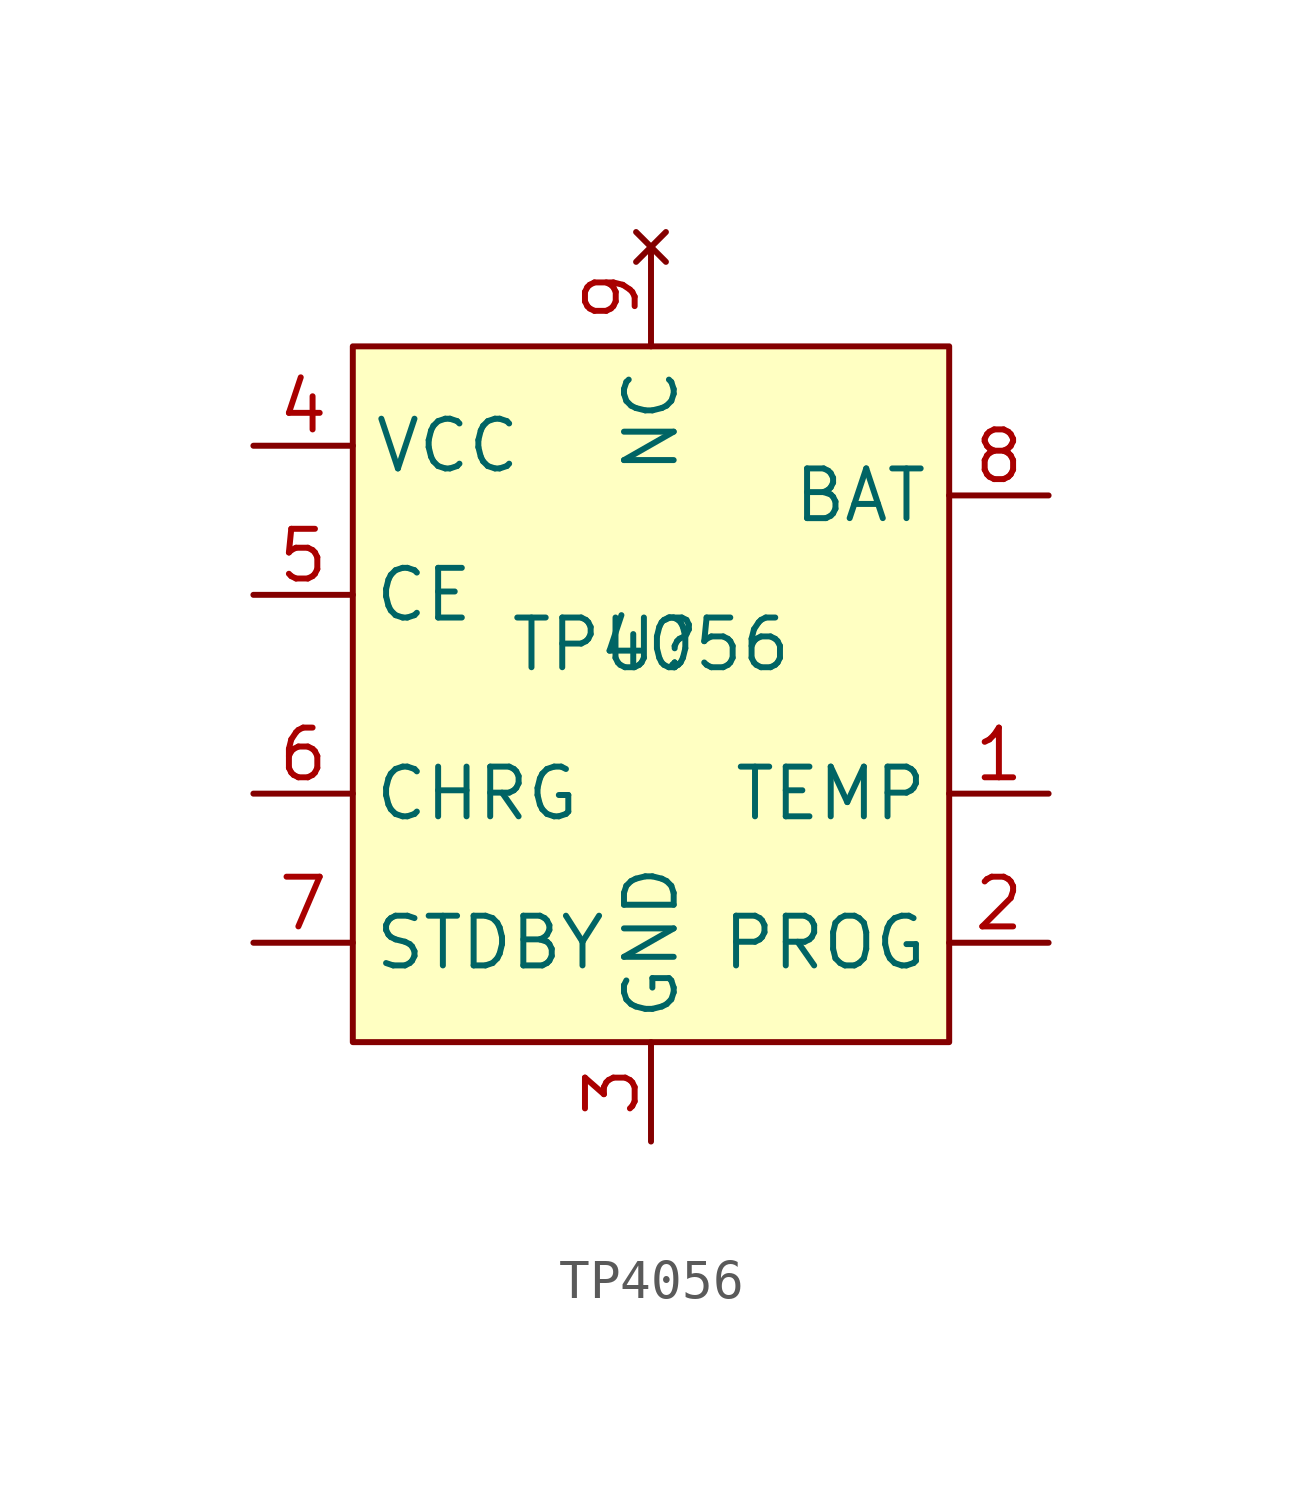
<source format=kicad_sym>
(kicad_symbol_lib
  (version 20241209)
  (generator "kicad_symbol_editor")
  (generator_version "9.0")
  (symbol "TP4056"
    (property "Reference" "U"
      (at 0 0 0)
      (effects (font (size 1.27 1.27))))
    (property "Value" "TP4056"
      (at 0 0 0)
      (effects (font (size 1.27 1.27))))
    (symbol "TP4056_1_0"
      (pin passive line (at -10.16 -3.81 0) (length 2.54) (name "CHRG" (effects (font (size 1.27 1.27)))) (number "6" (effects (font (size 1.27 1.27)))))
      (pin passive line (at -10.16 -7.62 0) (length 2.54) (name "STDBY" (effects (font (size 1.27 1.27)))) (number "7" (effects (font (size 1.27 1.27)))))
      (pin no_connect line (at 0 10.16 270) (length 2.54) (name "NC" (effects (font (size 1.27 1.27)))) (number "9" (effects (font (size 1.27 1.27)))))
      (pin passive line (at 10.16 3.81 180) (length 2.54) (name "BAT" (effects (font (size 1.27 1.27)))) (number "8" (effects (font (size 1.27 1.27))))))
    (symbol "TP4056_1_1"
      (rectangle (start -7.62 7.62) (end 7.62 -10.16) (stroke (width 0) (type default)) (fill (type background)))
      (pin passive line (at -10.16 5.08 0) (length 2.54) (name "VCC" (effects (font (size 1.27 1.27)))) (number "4" (effects (font (size 1.27 1.27)))))
      (pin passive line (at -10.16 1.27 0) (length 2.54) (name "CE" (effects (font (size 1.27 1.27)))) (number "5" (effects (font (size 1.27 1.27)))))
      (pin passive line (at 0 -12.7 90) (length 2.54) (name "GND" (effects (font (size 1.27 1.27)))) (number "3" (effects (font (size 1.27 1.27)))))
      (pin passive line (at 10.16 -3.81 180) (length 2.54) (name "TEMP" (effects (font (size 1.27 1.27)))) (number "1" (effects (font (size 1.27 1.27)))))
      (pin passive line (at 10.16 -7.62 180) (length 2.54) (name "PROG" (effects (font (size 1.27 1.27)))) (number "2" (effects (font (size 1.27 1.27))))))))
</source>
